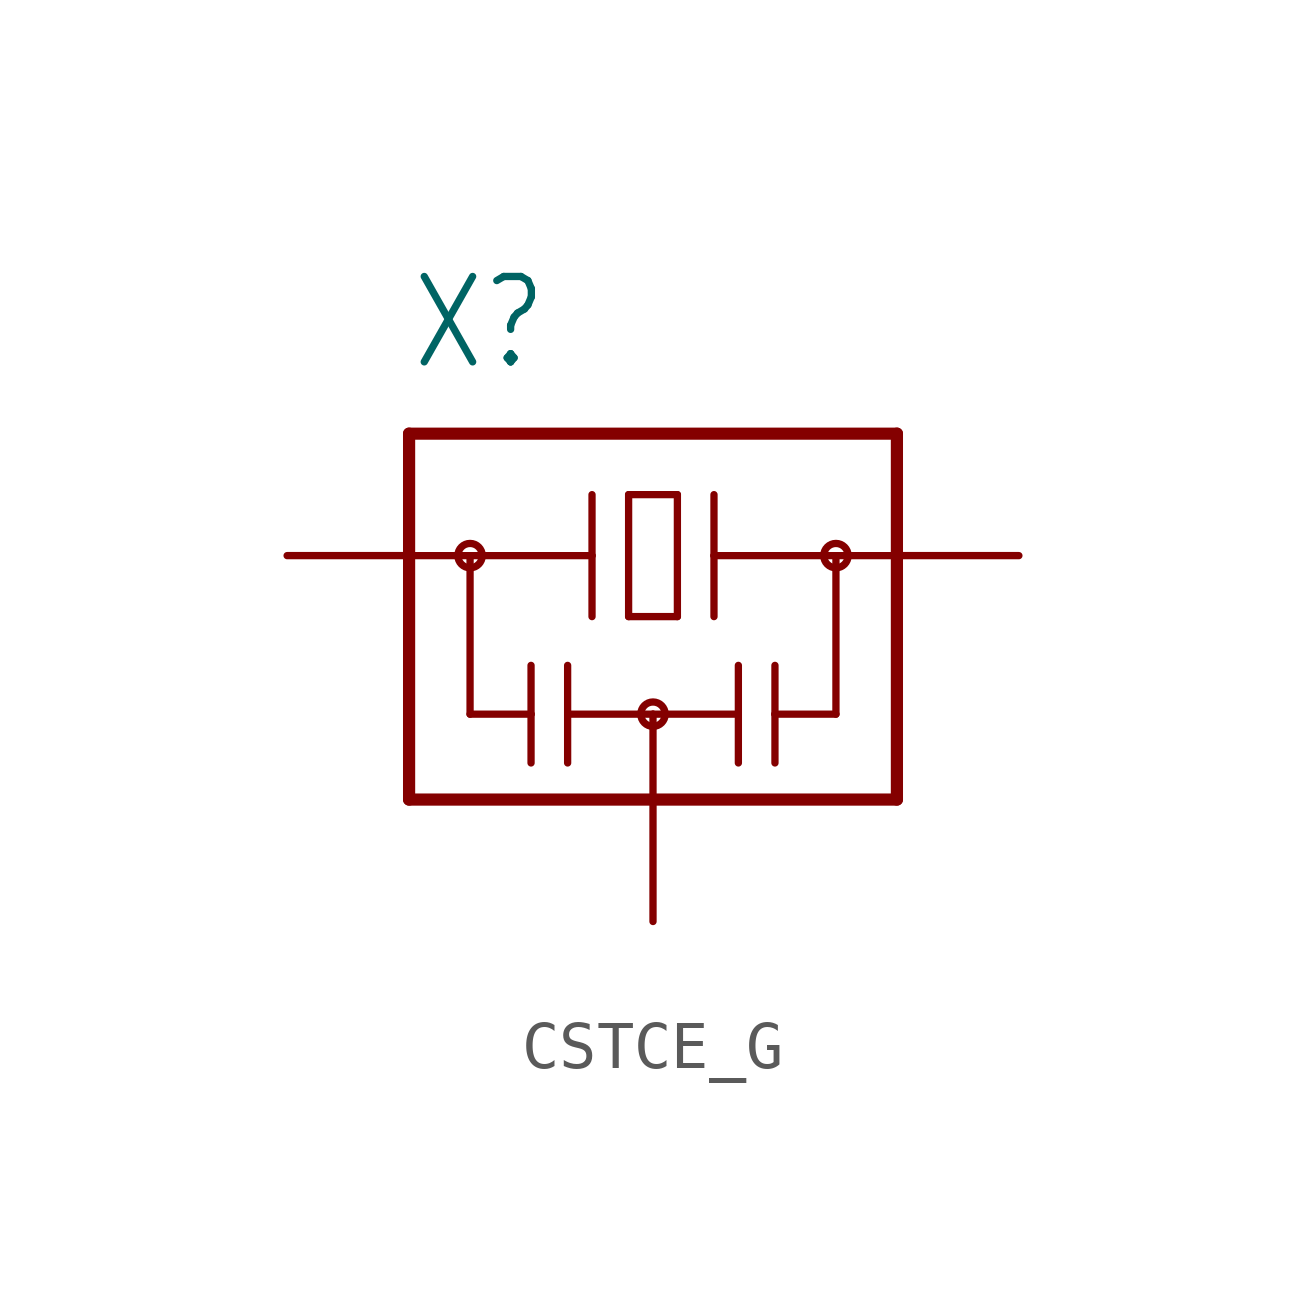
<source format=kicad_sym>
(kicad_symbol_lib
  (version 20231120)
  (generator "kicad_symbol_editor")
  (generator_version "8.0")
  (symbol "CSTCE_G"
    (property "Reference" "X"
      (at -5.08 3.81 0)
      (effects (font (size 1.778 1.511)) (justify left bottom)))
    (property "Value" ""
      (at 2.54 -7.62 0)
      (effects (font (size 1.778 1.511)) (justify left bottom)))
    (property "ki_locked" ""
      (at 0 0 0)
      (effects (font (size 1.27 1.27))))
    (symbol "CSTCE_G_1_0"
      (circle (center -3.81 0) (radius 0.254) (stroke (width 0) (type solid)) (fill (type none)))
      (circle (center 0 -3.302) (radius 0.254) (stroke (width 0) (type solid)) (fill (type none)))
      (polyline (pts (xy -5.08 -5.08) (xy -5.08 0)) (stroke (width 0.254) (type solid)) (fill (type none)))
      (polyline (pts (xy -5.08 0) (xy -5.08 2.54)) (stroke (width 0.254) (type solid)) (fill (type none)))
      (polyline (pts (xy -5.08 0) (xy -3.81 0)) (stroke (width 0.152) (type solid)) (fill (type none)))
      (polyline (pts (xy -5.08 2.54) (xy 5.08 2.54)) (stroke (width 0.254) (type solid)) (fill (type none)))
      (polyline (pts (xy -3.81 -3.302) (xy -3.81 0)) (stroke (width 0.152) (type solid)) (fill (type none)))
      (polyline (pts (xy -3.81 0) (xy -1.27 0)) (stroke (width 0.152) (type solid)) (fill (type none)))
      (polyline (pts (xy -2.54 -3.302) (xy -3.81 -3.302)) (stroke (width 0.152) (type solid)) (fill (type none)))
      (polyline (pts (xy -2.54 -3.302) (xy -2.54 -4.318)) (stroke (width 0.152) (type solid)) (fill (type none)))
      (polyline (pts (xy -2.54 -2.286) (xy -2.54 -3.302)) (stroke (width 0.152) (type solid)) (fill (type none)))
      (polyline (pts (xy -1.778 -2.286) (xy -1.778 -4.318)) (stroke (width 0.152) (type solid)) (fill (type none)))
      (polyline (pts (xy -1.27 0) (xy -1.27 -1.27)) (stroke (width 0.152) (type solid)) (fill (type none)))
      (polyline (pts (xy -1.27 0) (xy -1.27 1.27)) (stroke (width 0.152) (type solid)) (fill (type none)))
      (polyline (pts (xy -0.508 -1.27) (xy 0.508 -1.27)) (stroke (width 0.152) (type solid)) (fill (type none)))
      (polyline (pts (xy -0.508 1.27) (xy -0.508 -1.27)) (stroke (width 0.152) (type solid)) (fill (type none)))
      (polyline (pts (xy 0 -5.08) (xy -5.08 -5.08)) (stroke (width 0.254) (type solid)) (fill (type none)))
      (polyline (pts (xy 0 -5.08) (xy 0 -3.302)) (stroke (width 0.152) (type solid)) (fill (type none)))
      (polyline (pts (xy 0 -3.302) (xy -1.778 -3.302)) (stroke (width 0.152) (type solid)) (fill (type none)))
      (polyline (pts (xy 0 -3.302) (xy 1.778 -3.302)) (stroke (width 0.152) (type solid)) (fill (type none)))
      (polyline (pts (xy 0.508 -1.27) (xy 0.508 1.27)) (stroke (width 0.152) (type solid)) (fill (type none)))
      (polyline (pts (xy 0.508 1.27) (xy -0.508 1.27)) (stroke (width 0.152) (type solid)) (fill (type none)))
      (polyline (pts (xy 1.27 0) (xy 1.27 -1.27)) (stroke (width 0.152) (type solid)) (fill (type none)))
      (polyline (pts (xy 1.27 0) (xy 3.81 0)) (stroke (width 0.152) (type solid)) (fill (type none)))
      (polyline (pts (xy 1.27 1.27) (xy 1.27 0)) (stroke (width 0.152) (type solid)) (fill (type none)))
      (polyline (pts (xy 1.778 -2.286) (xy 1.778 -4.318)) (stroke (width 0.152) (type solid)) (fill (type none)))
      (polyline (pts (xy 2.54 -3.302) (xy 2.54 -4.318)) (stroke (width 0.152) (type solid)) (fill (type none)))
      (polyline (pts (xy 2.54 -3.302) (xy 3.81 -3.302)) (stroke (width 0.152) (type solid)) (fill (type none)))
      (polyline (pts (xy 2.54 -2.286) (xy 2.54 -3.302)) (stroke (width 0.152) (type solid)) (fill (type none)))
      (polyline (pts (xy 3.81 -3.302) (xy 3.81 0)) (stroke (width 0.152) (type solid)) (fill (type none)))
      (polyline (pts (xy 3.81 0) (xy 5.08 0)) (stroke (width 0.152) (type solid)) (fill (type none)))
      (polyline (pts (xy 5.08 -5.08) (xy 0 -5.08)) (stroke (width 0.254) (type solid)) (fill (type none)))
      (polyline (pts (xy 5.08 0) (xy 5.08 -5.08)) (stroke (width 0.254) (type solid)) (fill (type none)))
      (polyline (pts (xy 5.08 2.54) (xy 5.08 0)) (stroke (width 0.254) (type solid)) (fill (type none)))
      (circle (center 3.81 0) (radius 0.254) (stroke (width 0) (type solid)) (fill (type none)))
      (pin passive line (at -7.62 0 0) (length 2.54) (name "1" (effects (font (size 0 0)))) (number "P$1" (effects (font (size 0 0)))))
      (pin passive line (at 0 -7.62 90) (length 2.54) (name "2" (effects (font (size 0 0)))) (number "P$2" (effects (font (size 0 0)))))
      (pin passive line (at 7.62 0 180) (length 2.54) (name "3" (effects (font (size 0 0)))) (number "P$3" (effects (font (size 0 0))))))))
</source>
